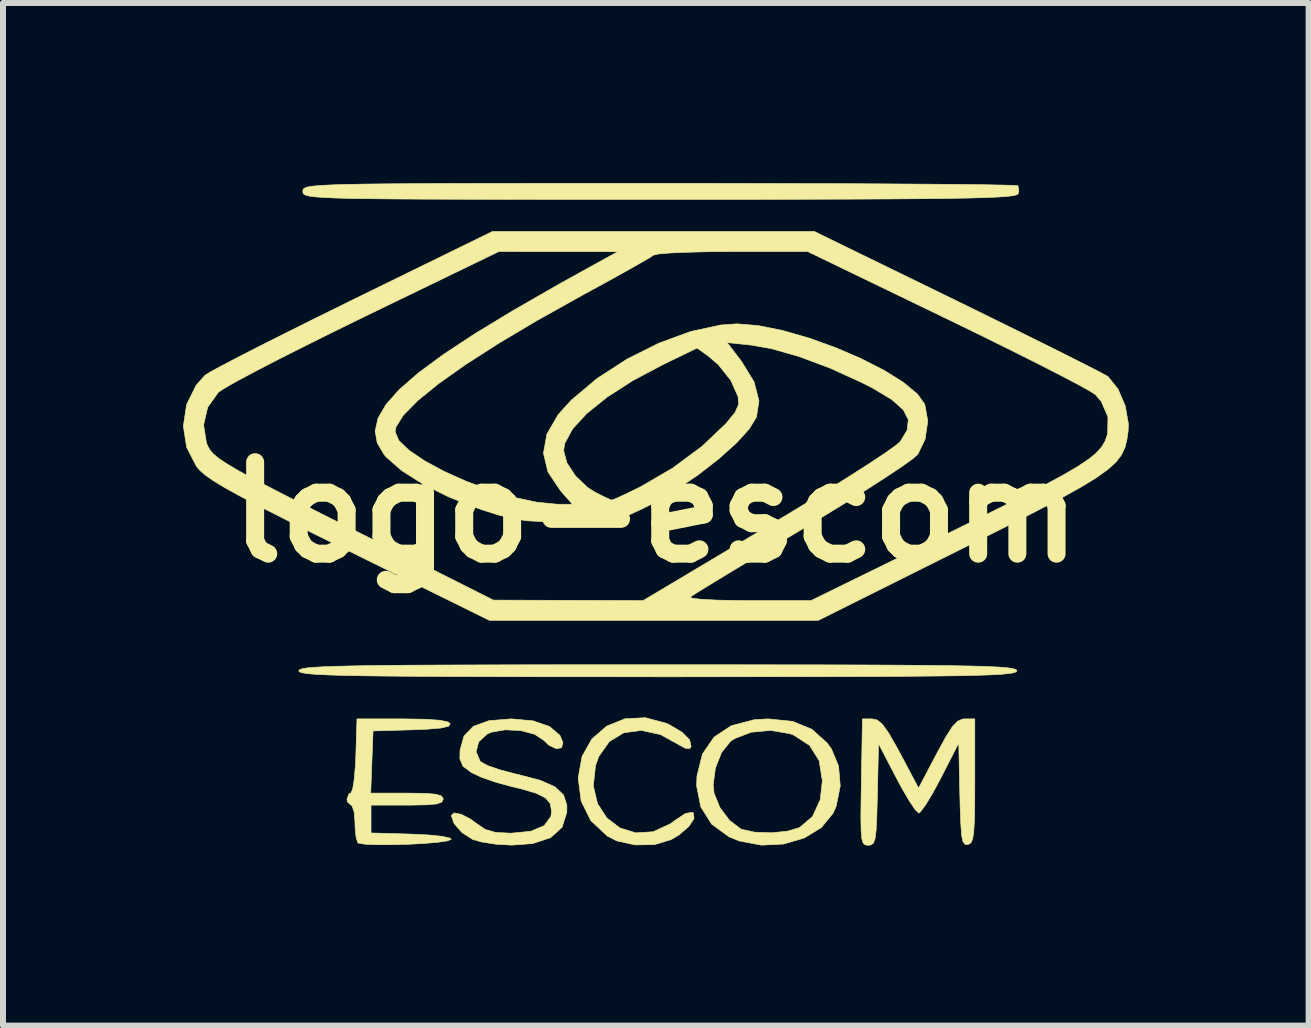
<source format=kicad_pcb>
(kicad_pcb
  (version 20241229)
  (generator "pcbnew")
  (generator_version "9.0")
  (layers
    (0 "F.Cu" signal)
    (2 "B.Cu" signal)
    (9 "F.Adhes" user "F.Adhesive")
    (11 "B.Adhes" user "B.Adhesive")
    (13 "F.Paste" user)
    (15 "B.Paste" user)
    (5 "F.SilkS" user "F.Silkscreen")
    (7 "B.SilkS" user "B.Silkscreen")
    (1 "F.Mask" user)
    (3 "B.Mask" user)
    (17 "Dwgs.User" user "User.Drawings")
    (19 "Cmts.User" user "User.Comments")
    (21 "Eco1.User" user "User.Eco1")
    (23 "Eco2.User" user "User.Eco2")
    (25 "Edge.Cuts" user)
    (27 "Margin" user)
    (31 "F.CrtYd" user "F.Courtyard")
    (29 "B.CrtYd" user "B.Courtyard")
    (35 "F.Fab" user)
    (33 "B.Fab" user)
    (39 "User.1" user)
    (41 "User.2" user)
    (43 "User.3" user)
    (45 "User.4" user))
  (footprint "logo-escom"
    (layer "F.Cu")
    (at 7.878 5.486)
    (property "Reference" "logo-escom" (at 0 0 0) (layer "F.SilkS") (effects (font (size 1.524 1.524) (thickness 0.3))))
    (attr through_hole)
    (fp_poly (pts (xy 0.181 3.518) (xy 0.223 3.538) (xy 0.436 3.665) (xy 0.563 3.793) (xy 0.587 3.903) (xy 0.567 3.934) (xy 0.49 3.931) (xy 0.415 3.89) (xy 0.079 3.704) (xy -0.243 3.634) (xy -0.534 3.673) (xy -0.776 3.82) (xy -0.951 4.068) (xy -1.006 4.223) (xy -1.042 4.56) (xy -0.972 4.855) (xy -0.817 5.093) (xy -0.597 5.26) (xy -0.334 5.341) (xy -0.047 5.323) (xy 0.243 5.19) (xy 0.303 5.145) (xy 0.494 5.017) (xy 0.609 4.999) (xy 0.625 5.01) (xy 0.636 5.103) (xy 0.552 5.231) (xy 0.396 5.368) (xy 0.254 5.454) (xy -0.023 5.537) (xy -0.345 5.542) (xy -0.65 5.475) (xy -0.805 5.397) (xy -1.083 5.138) (xy -1.245 4.811) (xy -1.294 4.426) (xy -1.23 4.068) (xy -1.066 3.777) (xy -0.821 3.564) (xy -0.517 3.441) (xy -0.176 3.422) (xy 0.181 3.518)) (stroke (width 0.01) (type solid)) (fill yes) (layer "F.SilkS"))
    (fp_poly (pts (xy 2.279 3.484) (xy 2.6 3.615) (xy 2.854 3.845) (xy 2.924 3.94) (xy 3.044 4.226) (xy 3.072 4.56) (xy 3.006 4.892) (xy 2.953 5.014) (xy 2.756 5.254) (xy 2.471 5.427) (xy 2.128 5.527) (xy 1.758 5.546) (xy 1.393 5.477) (xy 1.217 5.406) (xy 0.93 5.196) (xy 0.749 4.909) (xy 0.679 4.556) (xy 0.68 4.539) (xy 0.955 4.539) (xy 0.97 4.681) (xy 1.066 4.918) (xy 1.227 5.133) (xy 1.412 5.274) (xy 1.43 5.282) (xy 1.648 5.33) (xy 1.924 5.34) (xy 2.195 5.313) (xy 2.395 5.253) (xy 2.611 5.068) (xy 2.739 4.788) (xy 2.774 4.473) (xy 2.721 4.138) (xy 2.561 3.884) (xy 2.297 3.712) (xy 2.233 3.689) (xy 1.915 3.634) (xy 1.589 3.664) (xy 1.308 3.772) (xy 1.243 3.817) (xy 1.094 4.003) (xy 0.992 4.263) (xy 0.955 4.539) (xy 0.68 4.539) (xy 0.685 4.395) (xy 0.776 4.028) (xy 0.969 3.747) (xy 1.258 3.555) (xy 1.638 3.456) (xy 1.872 3.442) (xy 2.279 3.484)) (stroke (width 0.01) (type solid)) (fill yes) (layer "F.SilkS"))
    (fp_poly (pts (xy -3.846 3.448) (xy -3.598 3.465) (xy -3.462 3.494) (xy -3.426 3.523) (xy -3.454 3.565) (xy -3.579 3.594) (xy -3.813 3.614) (xy -4.056 3.624) (xy -4.712 3.643) (xy -4.732 4.161) (xy -4.751 4.679) (xy -4.147 4.679) (xy -3.853 4.683) (xy -3.669 4.697) (xy -3.574 4.725) (xy -3.543 4.771) (xy -3.543 4.779) (xy -3.566 4.828) (xy -3.652 4.859) (xy -3.822 4.874) (xy -4.1 4.879) (xy -4.144 4.879) (xy -4.746 4.879) (xy -4.746 5.343) (xy -4.077 5.362) (xy -3.778 5.377) (xy -3.554 5.4) (xy -3.428 5.43) (xy -3.408 5.448) (xy -3.47 5.474) (xy -3.633 5.498) (xy -3.866 5.518) (xy -4.137 5.532) (xy -4.414 5.539) (xy -4.665 5.539) (xy -4.858 5.529) (xy -4.961 5.51) (xy -4.967 5.505) (xy -4.995 5.415) (xy -5.012 5.244) (xy -5.013 5.169) (xy -5.027 4.994) (xy -5.062 4.891) (xy -5.08 4.879) (xy -5.139 4.825) (xy -5.147 4.779) (xy -5.112 4.69) (xy -5.083 4.679) (xy -5.053 4.617) (xy -5.026 4.451) (xy -5.005 4.21) (xy -4.999 4.061) (xy -4.98 3.442) (xy -4.217 3.442) (xy -3.846 3.448)) (stroke (width 0.01) (type solid)) (fill yes) (layer "F.SilkS"))
    (fp_poly (pts (xy 3.689 3.461) (xy 3.775 3.532) (xy 3.877 3.675) (xy 4.013 3.912) (xy 4.071 4.019) (xy 4.377 4.596) (xy 4.681 4.019) (xy 4.83 3.746) (xy 4.939 3.574) (xy 5.028 3.481) (xy 5.111 3.445) (xy 5.149 3.442) (xy 5.314 3.442) (xy 5.314 4.478) (xy 5.313 4.873) (xy 5.307 5.155) (xy 5.295 5.343) (xy 5.275 5.455) (xy 5.245 5.513) (xy 5.201 5.534) (xy 5.199 5.535) (xy 5.151 5.532) (xy 5.118 5.488) (xy 5.095 5.382) (xy 5.081 5.194) (xy 5.07 4.904) (xy 5.065 4.7) (xy 5.047 3.843) (xy 4.748 4.428) (xy 4.614 4.677) (xy 4.496 4.873) (xy 4.41 4.99) (xy 4.38 5.012) (xy 4.322 4.956) (xy 4.221 4.806) (xy 4.094 4.588) (xy 4.011 4.433) (xy 3.71 3.855) (xy 3.691 4.701) (xy 3.682 5.051) (xy 3.671 5.288) (xy 3.653 5.435) (xy 3.625 5.513) (xy 3.583 5.543) (xy 3.539 5.548) (xy 3.489 5.542) (xy 3.454 5.511) (xy 3.431 5.436) (xy 3.42 5.298) (xy 3.416 5.077) (xy 3.42 4.753) (xy 3.424 4.495) (xy 3.442 3.442) (xy 3.603 3.442) (xy 3.689 3.461)) (stroke (width 0.01) (type solid)) (fill yes) (layer "F.SilkS"))
    (fp_poly (pts (xy 1.073 2.54) (xy 1.987 2.541) (xy 2.783 2.542) (xy 3.469 2.544) (xy 4.053 2.547) (xy 4.543 2.551) (xy 4.946 2.556) (xy 5.271 2.562) (xy 5.526 2.57) (xy 5.717 2.579) (xy 5.854 2.59) (xy 5.944 2.603) (xy 5.995 2.618) (xy 6.015 2.635) (xy 6.016 2.64) (xy 6.004 2.658) (xy 5.964 2.673) (xy 5.887 2.686) (xy 5.765 2.698) (xy 5.592 2.708) (xy 5.358 2.716) (xy 5.056 2.723) (xy 4.678 2.728) (xy 4.216 2.732) (xy 3.662 2.736) (xy 3.009 2.738) (xy 2.248 2.739) (xy 1.372 2.74) (xy 0.372 2.741) (xy 0.033 2.741) (xy -1.006 2.74) (xy -1.92 2.74) (xy -2.716 2.738) (xy -3.403 2.736) (xy -3.986 2.733) (xy -4.476 2.729) (xy -4.88 2.724) (xy -5.204 2.718) (xy -5.459 2.71) (xy -5.65 2.701) (xy -5.787 2.69) (xy -5.877 2.677) (xy -5.928 2.663) (xy -5.948 2.646) (xy -5.949 2.64) (xy -5.937 2.623) (xy -5.897 2.608) (xy -5.82 2.594) (xy -5.699 2.583) (xy -5.525 2.573) (xy -5.291 2.565) (xy -4.989 2.558) (xy -4.611 2.552) (xy -4.149 2.548) (xy -3.595 2.545) (xy -2.942 2.543) (xy -2.181 2.541) (xy -1.305 2.54) (xy -0.305 2.54) (xy 0.033 2.54) (xy 1.073 2.54)) (stroke (width 0.01) (type solid)) (fill yes) (layer "F.SilkS"))
    (fp_poly (pts (xy 0.935 -5.481) (xy 1.776 -5.479) (xy 2.569 -5.477) (xy 3.304 -5.475) (xy 3.972 -5.471) (xy 4.563 -5.467) (xy 5.068 -5.463) (xy 5.478 -5.458) (xy 5.781 -5.452) (xy 5.97 -5.447) (xy 6.033 -5.441) (xy 6.049 -5.352) (xy 6.037 -5.307) (xy 6.015 -5.291) (xy 5.957 -5.276) (xy 5.854 -5.264) (xy 5.7 -5.253) (xy 5.486 -5.244) (xy 5.205 -5.236) (xy 4.849 -5.23) (xy 4.411 -5.225) (xy 3.882 -5.221) (xy 3.255 -5.218) (xy 2.522 -5.216) (xy 1.675 -5.214) (xy 0.708 -5.214) (xy 0.06 -5.214) (xy -0.966 -5.214) (xy -1.867 -5.214) (xy -2.65 -5.215) (xy -3.324 -5.216) (xy -3.898 -5.218) (xy -4.378 -5.221) (xy -4.774 -5.225) (xy -5.094 -5.23) (xy -5.345 -5.237) (xy -5.536 -5.246) (xy -5.676 -5.256) (xy -5.771 -5.268) (xy -5.832 -5.283) (xy -5.865 -5.3) (xy -5.879 -5.32) (xy -5.882 -5.342) (xy -5.882 -5.347) (xy -5.88 -5.37) (xy -5.869 -5.391) (xy -5.841 -5.408) (xy -5.787 -5.424) (xy -5.699 -5.436) (xy -5.569 -5.447) (xy -5.389 -5.456) (xy -5.151 -5.463) (xy -4.846 -5.469) (xy -4.466 -5.473) (xy -4.004 -5.476) (xy -3.451 -5.479) (xy -2.798 -5.48) (xy -2.038 -5.481) (xy -1.162 -5.481) (xy -0.162 -5.481) (xy 0.056 -5.481) (xy 0.935 -5.481)) (stroke (width 0.01) (type solid)) (fill yes) (layer "F.SilkS"))
    (fp_poly (pts (xy -2.046 3.475) (xy -1.772 3.569) (xy -1.599 3.716) (xy -1.549 3.834) (xy -1.571 3.924) (xy -1.662 3.938) (xy -1.784 3.88) (xy -1.865 3.801) (xy -2.02 3.698) (xy -2.252 3.637) (xy -2.509 3.624) (xy -2.742 3.664) (xy -2.807 3.692) (xy -2.952 3.824) (xy -2.995 3.991) (xy -2.927 4.149) (xy -2.917 4.158) (xy -2.808 4.218) (xy -2.607 4.288) (xy -2.352 4.356) (xy -2.287 4.371) (xy -1.925 4.466) (xy -1.681 4.574) (xy -1.539 4.708) (xy -1.483 4.881) (xy -1.484 5) (xy -1.563 5.248) (xy -1.754 5.421) (xy -2.054 5.52) (xy -2.399 5.545) (xy -2.667 5.53) (xy -2.911 5.492) (xy -3.053 5.45) (xy -3.232 5.335) (xy -3.364 5.182) (xy -3.409 5.051) (xy -3.361 5.009) (xy -3.241 5.033) (xy -3.088 5.112) (xy -2.996 5.18) (xy -2.843 5.284) (xy -2.669 5.334) (xy -2.419 5.347) (xy -2.416 5.347) (xy -2.085 5.315) (xy -1.861 5.221) (xy -1.749 5.068) (xy -1.738 4.984) (xy -1.759 4.855) (xy -1.838 4.759) (xy -1.997 4.68) (xy -2.258 4.604) (xy -2.387 4.574) (xy -2.657 4.501) (xy -2.906 4.415) (xy -3.07 4.338) (xy -3.213 4.231) (xy -3.265 4.111) (xy -3.263 3.966) (xy -3.197 3.728) (xy -3.041 3.566) (xy -2.784 3.473) (xy -2.416 3.442) (xy -2.406 3.442) (xy -2.046 3.475)) (stroke (width 0.01) (type solid)) (fill yes) (layer "F.SilkS"))
    (fp_poly (pts (xy 2.64 -4.679) (xy 5.042 -3.508) (xy 5.57 -3.249) (xy 6.063 -3.006) (xy 6.507 -2.786) (xy 6.889 -2.595) (xy 7.194 -2.441) (xy 7.411 -2.329) (xy 7.524 -2.267) (xy 7.536 -2.259) (xy 7.701 -2.053) (xy 7.821 -1.772) (xy 7.873 -1.476) (xy 7.869 -1.353) (xy 7.848 -1.207) (xy 7.815 -1.077) (xy 7.758 -0.957) (xy 7.668 -0.838) (xy 7.532 -0.715) (xy 7.342 -0.578) (xy 7.087 -0.422) (xy 6.755 -0.237) (xy 6.337 -0.018) (xy 5.822 0.244) (xy 5.199 0.557) (xy 5.08 0.616) (xy 2.707 1.8) (xy -0.033 1.8) (xy -2.774 1.8) (xy -5.119 0.643) (xy -5.728 0.342) (xy -6.228 0.091) (xy -6.631 -0.114) (xy -6.949 -0.281) (xy -7.192 -0.416) (xy -7.373 -0.526) (xy -7.502 -0.616) (xy -7.593 -0.694) (xy -7.652 -0.761) (xy -7.818 -1.082) (xy -7.873 -1.437) (xy -7.87 -1.456) (xy -7.536 -1.456) (xy -7.488 -1.154) (xy -7.463 -1.096) (xy -7.427 -1.034) (xy -7.371 -0.971) (xy -7.283 -0.898) (xy -7.153 -0.811) (xy -6.968 -0.701) (xy -6.717 -0.564) (xy -6.389 -0.392) (xy -5.972 -0.178) (xy -5.454 0.084) (xy -5.031 0.296) (xy -2.707 1.463) (xy -1.46 1.467) (xy -0.213 1.471) (xy 1.859 0.236) (xy 2.342 -0.054) (xy 2.793 -0.33) (xy 3.198 -0.583) (xy 3.542 -0.803) (xy 3.813 -0.982) (xy 3.994 -1.111) (xy 4.071 -1.176) (xy 4.187 -1.368) (xy 4.207 -1.542) (xy 4.123 -1.708) (xy 3.929 -1.88) (xy 3.615 -2.068) (xy 3.442 -2.157) (xy 2.909 -2.4) (xy 2.391 -2.594) (xy 1.921 -2.728) (xy 1.587 -2.786) (xy 1.188 -2.828) (xy 1.427 -2.515) (xy 1.637 -2.172) (xy 1.718 -1.858) (xy 1.676 -1.585) (xy 1.555 -1.388) (xy 1.337 -1.149) (xy 1.045 -0.888) (xy 0.701 -0.621) (xy 0.327 -0.368) (xy -0.052 -0.146) (xy -0.241 -0.051) (xy -0.444 0.042) (xy -0.61 0.104) (xy -0.776 0.14) (xy -0.978 0.158) (xy -1.252 0.163) (xy -1.504 0.163) (xy -1.868 0.157) (xy -2.145 0.141) (xy -2.38 0.106) (xy -2.62 0.046) (xy -2.911 -0.047) (xy -2.963 -0.065) (xy -3.445 -0.253) (xy -3.878 -0.468) (xy -4.236 -0.696) (xy -4.493 -0.921) (xy -4.533 -0.969) (xy -4.643 -1.157) (xy -4.675 -1.343) (xy -4.345 -1.343) (xy -4.283 -1.197) (xy -4.112 -1.032) (xy -3.853 -0.857) (xy -3.528 -0.682) (xy -3.158 -0.516) (xy -2.763 -0.369) (xy -2.367 -0.25) (xy -1.989 -0.169) (xy -1.652 -0.135) (xy -1.614 -0.134) (xy -1.39 -0.134) (xy -1.591 -0.363) (xy -1.798 -0.673) (xy -1.873 -0.985) (xy -1.865 -1.028) (xy -1.537 -1.028) (xy -1.482 -0.823) (xy -1.338 -0.604) (xy -1.137 -0.414) (xy -1.022 -0.34) (xy -0.859 -0.257) (xy -0.752 -0.209) (xy -0.735 -0.204) (xy -0.664 -0.23) (xy -0.505 -0.303) (xy -0.29 -0.408) (xy -0.245 -0.431) (xy 0.281 -0.737) (xy 0.769 -1.099) (xy 1.173 -1.482) (xy 1.174 -1.484) (xy 1.319 -1.663) (xy 1.379 -1.797) (xy 1.371 -1.924) (xy 1.249 -2.198) (xy 1.04 -2.461) (xy 0.875 -2.602) (xy 0.687 -2.737) (xy 0.128 -2.466) (xy -0.381 -2.197) (xy -0.811 -1.92) (xy -1.151 -1.647) (xy -1.39 -1.386) (xy -1.518 -1.147) (xy -1.537 -1.028) (xy -1.865 -1.028) (xy -1.816 -1.302) (xy -1.627 -1.628) (xy -1.411 -1.867) (xy -0.979 -2.23) (xy -0.482 -2.552) (xy 0.048 -2.817) (xy 0.579 -3.012) (xy 1.082 -3.121) (xy 1.35 -3.14) (xy 1.706 -3.111) (xy 2.113 -3.029) (xy 2.55 -2.904) (xy 2.992 -2.745) (xy 3.417 -2.562) (xy 3.802 -2.366) (xy 4.123 -2.166) (xy 4.358 -1.971) (xy 4.48 -1.801) (xy 4.531 -1.522) (xy 4.486 -1.218) (xy 4.366 -0.968) (xy 4.28 -0.892) (xy 4.093 -0.758) (xy 3.821 -0.577) (xy 3.479 -0.357) (xy 3.082 -0.11) (xy 2.644 0.157) (xy 2.44 0.279) (xy 1.994 0.546) (xy 1.584 0.792) (xy 1.224 1.009) (xy 0.93 1.188) (xy 0.714 1.32) (xy 0.593 1.398) (xy 0.572 1.413) (xy 0.611 1.433) (xy 0.766 1.45) (xy 1.017 1.463) (xy 1.346 1.47) (xy 1.547 1.471) (xy 2.585 1.471) (xy 4.894 0.339) (xy 5.516 0.032) (xy 6.03 -0.224) (xy 6.444 -0.436) (xy 6.771 -0.612) (xy 7.022 -0.758) (xy 7.208 -0.882) (xy 7.34 -0.99) (xy 7.429 -1.09) (xy 7.486 -1.187) (xy 7.522 -1.29) (xy 7.528 -1.314) (xy 7.533 -1.59) (xy 7.421 -1.849) (xy 7.323 -1.961) (xy 7.229 -2.022) (xy 7.028 -2.133) (xy 6.735 -2.287) (xy 6.364 -2.477) (xy 5.929 -2.695) (xy 5.445 -2.934) (xy 4.926 -3.187) (xy 4.847 -3.225) (xy 2.529 -4.345) (xy 1.278 -4.345) (xy 0.88 -4.342) (xy 0.528 -4.333) (xy 0.243 -4.321) (xy 0.047 -4.305) (xy -0.037 -4.286) (xy -0.113 -4.237) (xy -0.288 -4.136) (xy -0.542 -3.993) (xy -0.855 -3.819) (xy -1.21 -3.626) (xy -1.237 -3.611) (xy -1.971 -3.201) (xy -2.617 -2.817) (xy -3.169 -2.463) (xy -3.621 -2.143) (xy -3.969 -1.86) (xy -4.206 -1.619) (xy -4.329 -1.424) (xy -4.345 -1.343) (xy -4.675 -1.343) (xy -4.677 -1.355) (xy -4.63 -1.565) (xy -4.498 -1.794) (xy -4.275 -2.045) (xy -3.956 -2.323) (xy -3.537 -2.632) (xy -3.013 -2.977) (xy -2.378 -3.362) (xy -1.628 -3.793) (xy -1.136 -4.066) (xy -0.635 -4.342) (xy -1.626 -4.343) (xy -2.616 -4.345) (xy -4.859 -3.259) (xy -5.375 -3.006) (xy -5.86 -2.765) (xy -6.298 -2.544) (xy -6.674 -2.349) (xy -6.975 -2.188) (xy -7.184 -2.07) (xy -7.288 -2.001) (xy -7.289 -2) (xy -7.467 -1.751) (xy -7.536 -1.456) (xy -7.87 -1.456) (xy -7.819 -1.794) (xy -7.66 -2.116) (xy -7.51 -2.285) (xy -7.424 -2.338) (xy -7.231 -2.443) (xy -6.946 -2.592) (xy -6.582 -2.778) (xy -6.153 -2.994) (xy -5.673 -3.233) (xy -5.156 -3.488) (xy -5.055 -3.538) (xy -2.723 -4.679) (xy 2.64 -4.679)) (stroke (width 0.01) (type solid)) (fill yes) (layer "F.SilkS")))
  (gr_rect
    (start -3 -3)
    (end 18.755 14.039)
    (stroke (width 0.1) (type default))
    (fill no)
    (layer "Edge.Cuts")))
</source>
